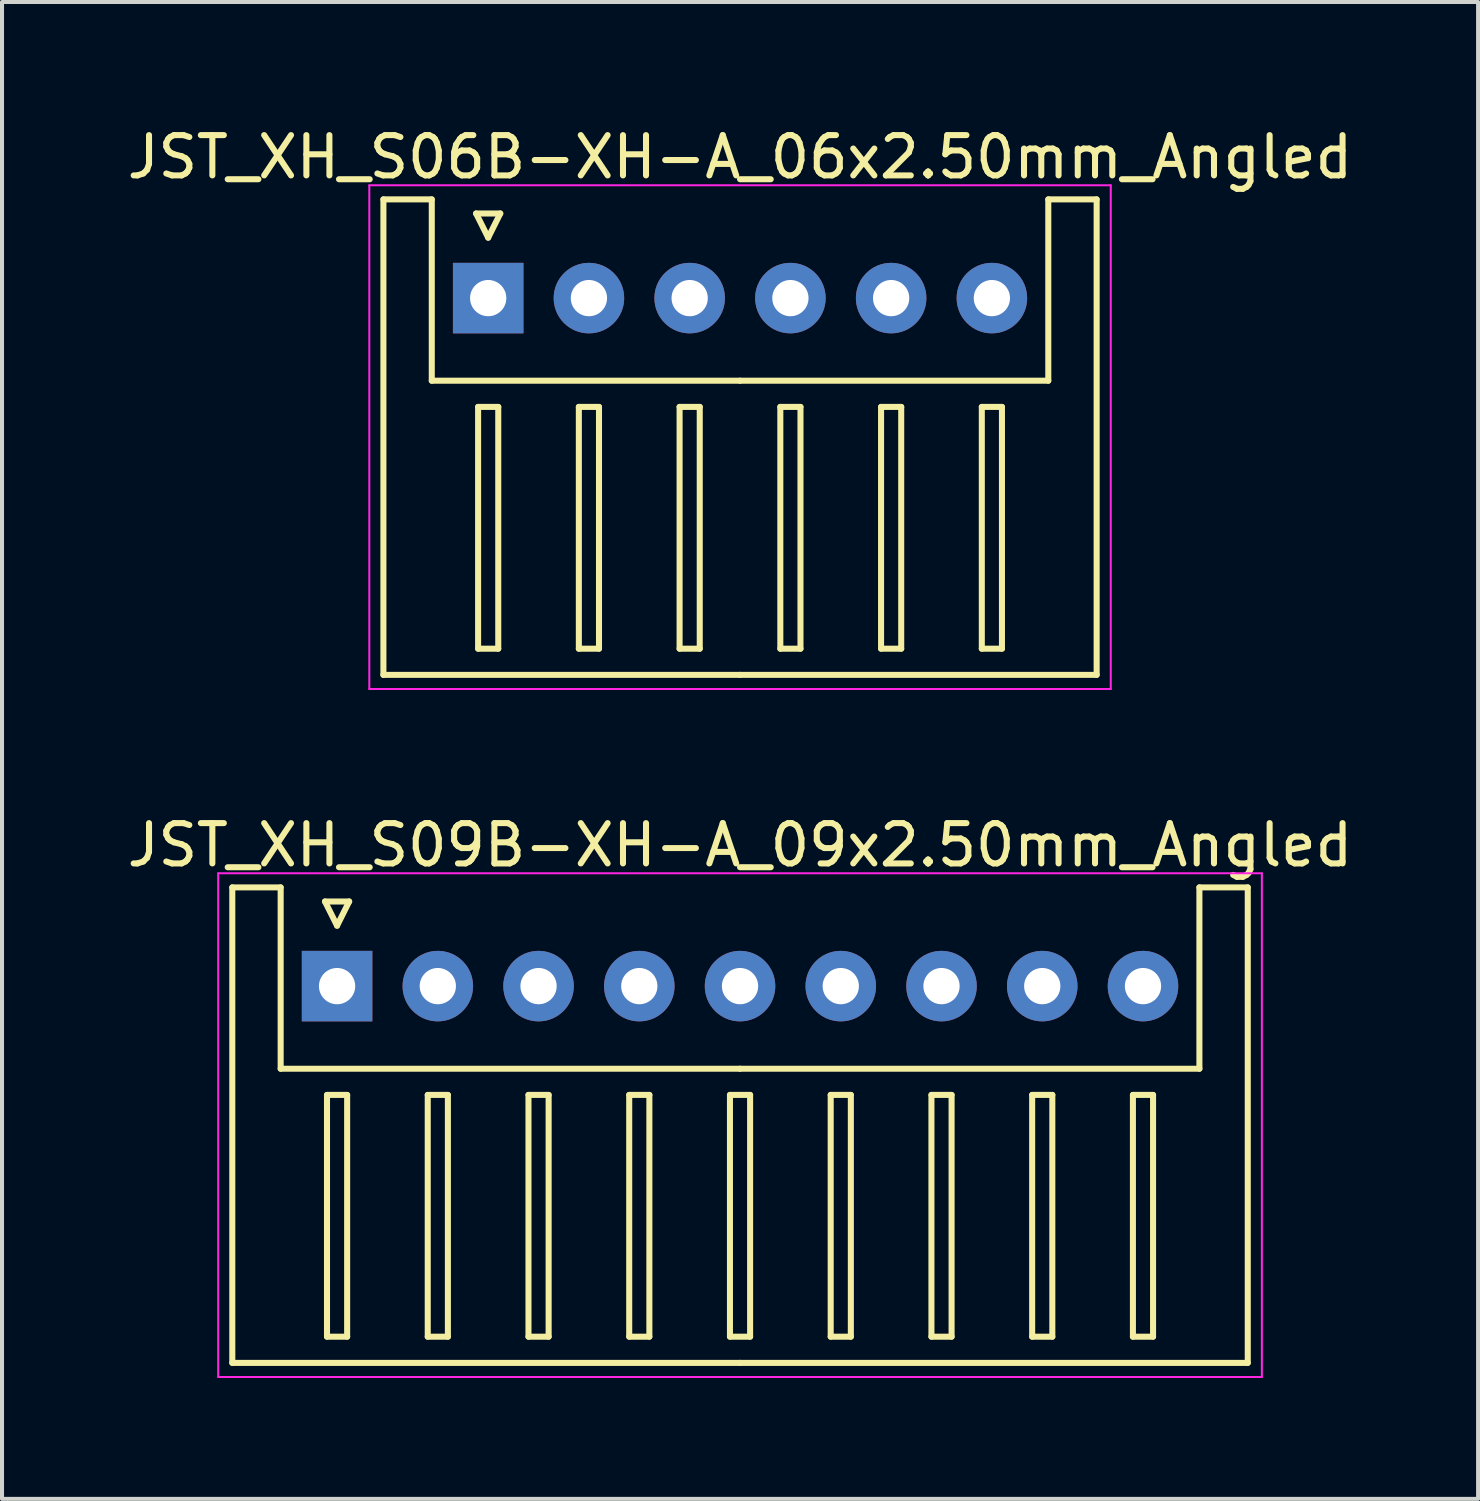
<source format=kicad_pcb>
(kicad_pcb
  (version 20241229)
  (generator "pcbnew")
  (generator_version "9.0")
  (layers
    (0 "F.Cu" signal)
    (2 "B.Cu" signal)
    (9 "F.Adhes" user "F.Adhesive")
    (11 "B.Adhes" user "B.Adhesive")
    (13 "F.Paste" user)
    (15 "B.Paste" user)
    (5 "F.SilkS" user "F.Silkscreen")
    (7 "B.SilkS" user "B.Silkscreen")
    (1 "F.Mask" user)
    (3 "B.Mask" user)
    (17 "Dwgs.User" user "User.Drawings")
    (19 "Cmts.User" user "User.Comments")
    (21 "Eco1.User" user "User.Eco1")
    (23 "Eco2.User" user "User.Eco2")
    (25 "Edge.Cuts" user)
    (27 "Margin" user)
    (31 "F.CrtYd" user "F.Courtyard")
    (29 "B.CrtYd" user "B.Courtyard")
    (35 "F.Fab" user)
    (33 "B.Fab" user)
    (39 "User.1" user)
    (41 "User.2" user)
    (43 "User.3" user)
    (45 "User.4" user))
  (footprint "JST_XH_S06B-XH-A_06x2.50mm_Angled"
    (layer "F.Cu")
    (at 9.065 4.348)
    (property "Reference" "JST_XH_S06B-XH-A_06x2.50mm_Angled" (at 6.25 -3.5 0) (layer "F.SilkS") (effects (font (size 1 1) (thickness 0.15))))
    (attr through_hole)
    (fp_line (start -2.6 -2.45) (end -1.4 -2.45) (stroke (width 0.15) (type solid)) (layer "F.SilkS"))
    (fp_line (start -2.6 9.35) (end -2.6 -2.45) (stroke (width 0.15) (type solid)) (layer "F.SilkS"))
    (fp_line (start -1.4 -2.45) (end -1.4 2.05) (stroke (width 0.15) (type solid)) (layer "F.SilkS"))
    (fp_line (start -1.4 2.05) (end 6.25 2.05) (stroke (width 0.15) (type solid)) (layer "F.SilkS"))
    (fp_line (start -0.3 -2.1) (end 0.3 -2.1) (stroke (width 0.15) (type solid)) (layer "F.SilkS"))
    (fp_line (start -0.25 2.7) (end -0.25 8.7) (stroke (width 0.15) (type solid)) (layer "F.SilkS"))
    (fp_line (start -0.25 8.7) (end 0.25 8.7) (stroke (width 0.15) (type solid)) (layer "F.SilkS"))
    (fp_line (start 0 -1.5) (end -0.3 -2.1) (stroke (width 0.15) (type solid)) (layer "F.SilkS"))
    (fp_line (start 0.25 2.7) (end -0.25 2.7) (stroke (width 0.15) (type solid)) (layer "F.SilkS"))
    (fp_line (start 0.25 8.7) (end 0.25 2.7) (stroke (width 0.15) (type solid)) (layer "F.SilkS"))
    (fp_line (start 0.3 -2.1) (end 0 -1.5) (stroke (width 0.15) (type solid)) (layer "F.SilkS"))
    (fp_line (start 2.25 2.7) (end 2.25 8.7) (stroke (width 0.15) (type solid)) (layer "F.SilkS"))
    (fp_line (start 2.25 8.7) (end 2.75 8.7) (stroke (width 0.15) (type solid)) (layer "F.SilkS"))
    (fp_line (start 2.75 2.7) (end 2.25 2.7) (stroke (width 0.15) (type solid)) (layer "F.SilkS"))
    (fp_line (start 2.75 8.7) (end 2.75 2.7) (stroke (width 0.15) (type solid)) (layer "F.SilkS"))
    (fp_line (start 4.75 2.7) (end 4.75 8.7) (stroke (width 0.15) (type solid)) (layer "F.SilkS"))
    (fp_line (start 4.75 8.7) (end 5.25 8.7) (stroke (width 0.15) (type solid)) (layer "F.SilkS"))
    (fp_line (start 5.25 2.7) (end 4.75 2.7) (stroke (width 0.15) (type solid)) (layer "F.SilkS"))
    (fp_line (start 5.25 8.7) (end 5.25 2.7) (stroke (width 0.15) (type solid)) (layer "F.SilkS"))
    (fp_line (start 6.25 9.35) (end -2.6 9.35) (stroke (width 0.15) (type solid)) (layer "F.SilkS"))
    (fp_line (start 6.25 9.35) (end 15.1 9.35) (stroke (width 0.15) (type solid)) (layer "F.SilkS"))
    (fp_line (start 7.25 2.7) (end 7.25 8.7) (stroke (width 0.15) (type solid)) (layer "F.SilkS"))
    (fp_line (start 7.25 8.7) (end 7.75 8.7) (stroke (width 0.15) (type solid)) (layer "F.SilkS"))
    (fp_line (start 7.75 2.7) (end 7.25 2.7) (stroke (width 0.15) (type solid)) (layer "F.SilkS"))
    (fp_line (start 7.75 8.7) (end 7.75 2.7) (stroke (width 0.15) (type solid)) (layer "F.SilkS"))
    (fp_line (start 9.75 2.7) (end 9.75 8.7) (stroke (width 0.15) (type solid)) (layer "F.SilkS"))
    (fp_line (start 9.75 8.7) (end 10.25 8.7) (stroke (width 0.15) (type solid)) (layer "F.SilkS"))
    (fp_line (start 10.25 2.7) (end 9.75 2.7) (stroke (width 0.15) (type solid)) (layer "F.SilkS"))
    (fp_line (start 10.25 8.7) (end 10.25 2.7) (stroke (width 0.15) (type solid)) (layer "F.SilkS"))
    (fp_line (start 12.25 2.7) (end 12.25 8.7) (stroke (width 0.15) (type solid)) (layer "F.SilkS"))
    (fp_line (start 12.25 8.7) (end 12.75 8.7) (stroke (width 0.15) (type solid)) (layer "F.SilkS"))
    (fp_line (start 12.75 2.7) (end 12.25 2.7) (stroke (width 0.15) (type solid)) (layer "F.SilkS"))
    (fp_line (start 12.75 8.7) (end 12.75 2.7) (stroke (width 0.15) (type solid)) (layer "F.SilkS"))
    (fp_line (start 13.9 -2.45) (end 13.9 2.05) (stroke (width 0.15) (type solid)) (layer "F.SilkS"))
    (fp_line (start 13.9 2.05) (end 6.25 2.05) (stroke (width 0.15) (type solid)) (layer "F.SilkS"))
    (fp_line (start 15.1 -2.45) (end 13.9 -2.45) (stroke (width 0.15) (type solid)) (layer "F.SilkS"))
    (fp_line (start 15.1 9.35) (end 15.1 -2.45) (stroke (width 0.15) (type solid)) (layer "F.SilkS"))
    (fp_line (start -2.95 -2.8) (end -2.95 9.7) (stroke (width 0.05) (type solid)) (layer "F.CrtYd"))
    (fp_line (start -2.95 9.7) (end 15.45 9.7) (stroke (width 0.05) (type solid)) (layer "F.CrtYd"))
    (fp_line (start 15.45 -2.8) (end -2.95 -2.8) (stroke (width 0.05) (type solid)) (layer "F.CrtYd"))
    (fp_line (start 15.45 9.7) (end 15.45 -2.8) (stroke (width 0.05) (type solid)) (layer "F.CrtYd"))
    (pad "1" thru_hole rect (at 0 0) (size 1.75 1.75) (drill 0.9) (layers "*.Cu" "*.Mask"))
    (pad "2" thru_hole circle (at 2.5 0) (size 1.75 1.75) (drill 0.9) (layers "*.Cu" "*.Mask"))
    (pad "3" thru_hole circle (at 5 0) (size 1.75 1.75) (drill 0.9) (layers "*.Cu" "*.Mask"))
    (pad "4" thru_hole circle (at 7.5 0) (size 1.75 1.75) (drill 0.9) (layers "*.Cu" "*.Mask"))
    (pad "5" thru_hole circle (at 10 0) (size 1.75 1.75) (drill 0.9) (layers "*.Cu" "*.Mask"))
    (pad "6" thru_hole circle (at 12.5 0) (size 1.75 1.75) (drill 0.9) (layers "*.Cu" "*.Mask")))
  (footprint "JST_XH_S09B-XH-A_09x2.50mm_Angled"
    (layer "F.Cu")
    (at 5.315 21.422)
    (property "Reference" "JST_XH_S09B-XH-A_09x2.50mm_Angled" (at 10 -3.5 0) (layer "F.SilkS") (effects (font (size 1 1) (thickness 0.15))))
    (attr through_hole)
    (fp_line (start -2.6 -2.45) (end -1.4 -2.45) (stroke (width 0.15) (type solid)) (layer "F.SilkS"))
    (fp_line (start -2.6 9.35) (end -2.6 -2.45) (stroke (width 0.15) (type solid)) (layer "F.SilkS"))
    (fp_line (start -1.4 -2.45) (end -1.4 2.05) (stroke (width 0.15) (type solid)) (layer "F.SilkS"))
    (fp_line (start -1.4 2.05) (end 10 2.05) (stroke (width 0.15) (type solid)) (layer "F.SilkS"))
    (fp_line (start -0.3 -2.1) (end 0.3 -2.1) (stroke (width 0.15) (type solid)) (layer "F.SilkS"))
    (fp_line (start -0.25 2.7) (end -0.25 8.7) (stroke (width 0.15) (type solid)) (layer "F.SilkS"))
    (fp_line (start -0.25 8.7) (end 0.25 8.7) (stroke (width 0.15) (type solid)) (layer "F.SilkS"))
    (fp_line (start 0 -1.5) (end -0.3 -2.1) (stroke (width 0.15) (type solid)) (layer "F.SilkS"))
    (fp_line (start 0.25 2.7) (end -0.25 2.7) (stroke (width 0.15) (type solid)) (layer "F.SilkS"))
    (fp_line (start 0.25 8.7) (end 0.25 2.7) (stroke (width 0.15) (type solid)) (layer "F.SilkS"))
    (fp_line (start 0.3 -2.1) (end 0 -1.5) (stroke (width 0.15) (type solid)) (layer "F.SilkS"))
    (fp_line (start 2.25 2.7) (end 2.25 8.7) (stroke (width 0.15) (type solid)) (layer "F.SilkS"))
    (fp_line (start 2.25 8.7) (end 2.75 8.7) (stroke (width 0.15) (type solid)) (layer "F.SilkS"))
    (fp_line (start 2.75 2.7) (end 2.25 2.7) (stroke (width 0.15) (type solid)) (layer "F.SilkS"))
    (fp_line (start 2.75 8.7) (end 2.75 2.7) (stroke (width 0.15) (type solid)) (layer "F.SilkS"))
    (fp_line (start 4.75 2.7) (end 4.75 8.7) (stroke (width 0.15) (type solid)) (layer "F.SilkS"))
    (fp_line (start 4.75 8.7) (end 5.25 8.7) (stroke (width 0.15) (type solid)) (layer "F.SilkS"))
    (fp_line (start 5.25 2.7) (end 4.75 2.7) (stroke (width 0.15) (type solid)) (layer "F.SilkS"))
    (fp_line (start 5.25 8.7) (end 5.25 2.7) (stroke (width 0.15) (type solid)) (layer "F.SilkS"))
    (fp_line (start 7.25 2.7) (end 7.25 8.7) (stroke (width 0.15) (type solid)) (layer "F.SilkS"))
    (fp_line (start 7.25 8.7) (end 7.75 8.7) (stroke (width 0.15) (type solid)) (layer "F.SilkS"))
    (fp_line (start 7.75 2.7) (end 7.25 2.7) (stroke (width 0.15) (type solid)) (layer "F.SilkS"))
    (fp_line (start 7.75 8.7) (end 7.75 2.7) (stroke (width 0.15) (type solid)) (layer "F.SilkS"))
    (fp_line (start 9.75 2.7) (end 9.75 8.7) (stroke (width 0.15) (type solid)) (layer "F.SilkS"))
    (fp_line (start 9.75 8.7) (end 10.25 8.7) (stroke (width 0.15) (type solid)) (layer "F.SilkS"))
    (fp_line (start 10 9.35) (end -2.6 9.35) (stroke (width 0.15) (type solid)) (layer "F.SilkS"))
    (fp_line (start 10 9.35) (end 22.6 9.35) (stroke (width 0.15) (type solid)) (layer "F.SilkS"))
    (fp_line (start 10.25 2.7) (end 9.75 2.7) (stroke (width 0.15) (type solid)) (layer "F.SilkS"))
    (fp_line (start 10.25 8.7) (end 10.25 2.7) (stroke (width 0.15) (type solid)) (layer "F.SilkS"))
    (fp_line (start 12.25 2.7) (end 12.25 8.7) (stroke (width 0.15) (type solid)) (layer "F.SilkS"))
    (fp_line (start 12.25 8.7) (end 12.75 8.7) (stroke (width 0.15) (type solid)) (layer "F.SilkS"))
    (fp_line (start 12.75 2.7) (end 12.25 2.7) (stroke (width 0.15) (type solid)) (layer "F.SilkS"))
    (fp_line (start 12.75 8.7) (end 12.75 2.7) (stroke (width 0.15) (type solid)) (layer "F.SilkS"))
    (fp_line (start 14.75 2.7) (end 14.75 8.7) (stroke (width 0.15) (type solid)) (layer "F.SilkS"))
    (fp_line (start 14.75 8.7) (end 15.25 8.7) (stroke (width 0.15) (type solid)) (layer "F.SilkS"))
    (fp_line (start 15.25 2.7) (end 14.75 2.7) (stroke (width 0.15) (type solid)) (layer "F.SilkS"))
    (fp_line (start 15.25 8.7) (end 15.25 2.7) (stroke (width 0.15) (type solid)) (layer "F.SilkS"))
    (fp_line (start 17.25 2.7) (end 17.25 8.7) (stroke (width 0.15) (type solid)) (layer "F.SilkS"))
    (fp_line (start 17.25 8.7) (end 17.75 8.7) (stroke (width 0.15) (type solid)) (layer "F.SilkS"))
    (fp_line (start 17.75 2.7) (end 17.25 2.7) (stroke (width 0.15) (type solid)) (layer "F.SilkS"))
    (fp_line (start 17.75 8.7) (end 17.75 2.7) (stroke (width 0.15) (type solid)) (layer "F.SilkS"))
    (fp_line (start 19.75 2.7) (end 19.75 8.7) (stroke (width 0.15) (type solid)) (layer "F.SilkS"))
    (fp_line (start 19.75 8.7) (end 20.25 8.7) (stroke (width 0.15) (type solid)) (layer "F.SilkS"))
    (fp_line (start 20.25 2.7) (end 19.75 2.7) (stroke (width 0.15) (type solid)) (layer "F.SilkS"))
    (fp_line (start 20.25 8.7) (end 20.25 2.7) (stroke (width 0.15) (type solid)) (layer "F.SilkS"))
    (fp_line (start 21.4 -2.45) (end 21.4 2.05) (stroke (width 0.15) (type solid)) (layer "F.SilkS"))
    (fp_line (start 21.4 2.05) (end 10 2.05) (stroke (width 0.15) (type solid)) (layer "F.SilkS"))
    (fp_line (start 22.6 -2.45) (end 21.4 -2.45) (stroke (width 0.15) (type solid)) (layer "F.SilkS"))
    (fp_line (start 22.6 9.35) (end 22.6 -2.45) (stroke (width 0.15) (type solid)) (layer "F.SilkS"))
    (fp_line (start -2.95 -2.8) (end -2.95 9.7) (stroke (width 0.05) (type solid)) (layer "F.CrtYd"))
    (fp_line (start -2.95 9.7) (end 22.95 9.7) (stroke (width 0.05) (type solid)) (layer "F.CrtYd"))
    (fp_line (start 22.95 -2.8) (end -2.95 -2.8) (stroke (width 0.05) (type solid)) (layer "F.CrtYd"))
    (fp_line (start 22.95 9.7) (end 22.95 -2.8) (stroke (width 0.05) (type solid)) (layer "F.CrtYd"))
    (pad "1" thru_hole rect (at 0 0) (size 1.75 1.75) (drill 0.9) (layers "*.Cu" "*.Mask"))
    (pad "2" thru_hole circle (at 2.5 0) (size 1.75 1.75) (drill 0.9) (layers "*.Cu" "*.Mask"))
    (pad "3" thru_hole circle (at 5 0) (size 1.75 1.75) (drill 0.9) (layers "*.Cu" "*.Mask"))
    (pad "4" thru_hole circle (at 7.5 0) (size 1.75 1.75) (drill 0.9) (layers "*.Cu" "*.Mask"))
    (pad "5" thru_hole circle (at 10 0) (size 1.75 1.75) (drill 0.9) (layers "*.Cu" "*.Mask"))
    (pad "6" thru_hole circle (at 12.5 0) (size 1.75 1.75) (drill 0.9) (layers "*.Cu" "*.Mask"))
    (pad "7" thru_hole circle (at 15 0) (size 1.75 1.75) (drill 0.9) (layers "*.Cu" "*.Mask"))
    (pad "8" thru_hole circle (at 17.5 0) (size 1.75 1.75) (drill 0.9) (layers "*.Cu" "*.Mask"))
    (pad "9" thru_hole circle (at 20 0) (size 1.75 1.75) (drill 0.9) (layers "*.Cu" "*.Mask")))
  (gr_rect
    (start -3 -3)
    (end 33.631 34.147)
    (stroke (width 0.1) (type default))
    (fill no)
    (layer "Edge.Cuts")))
</source>
